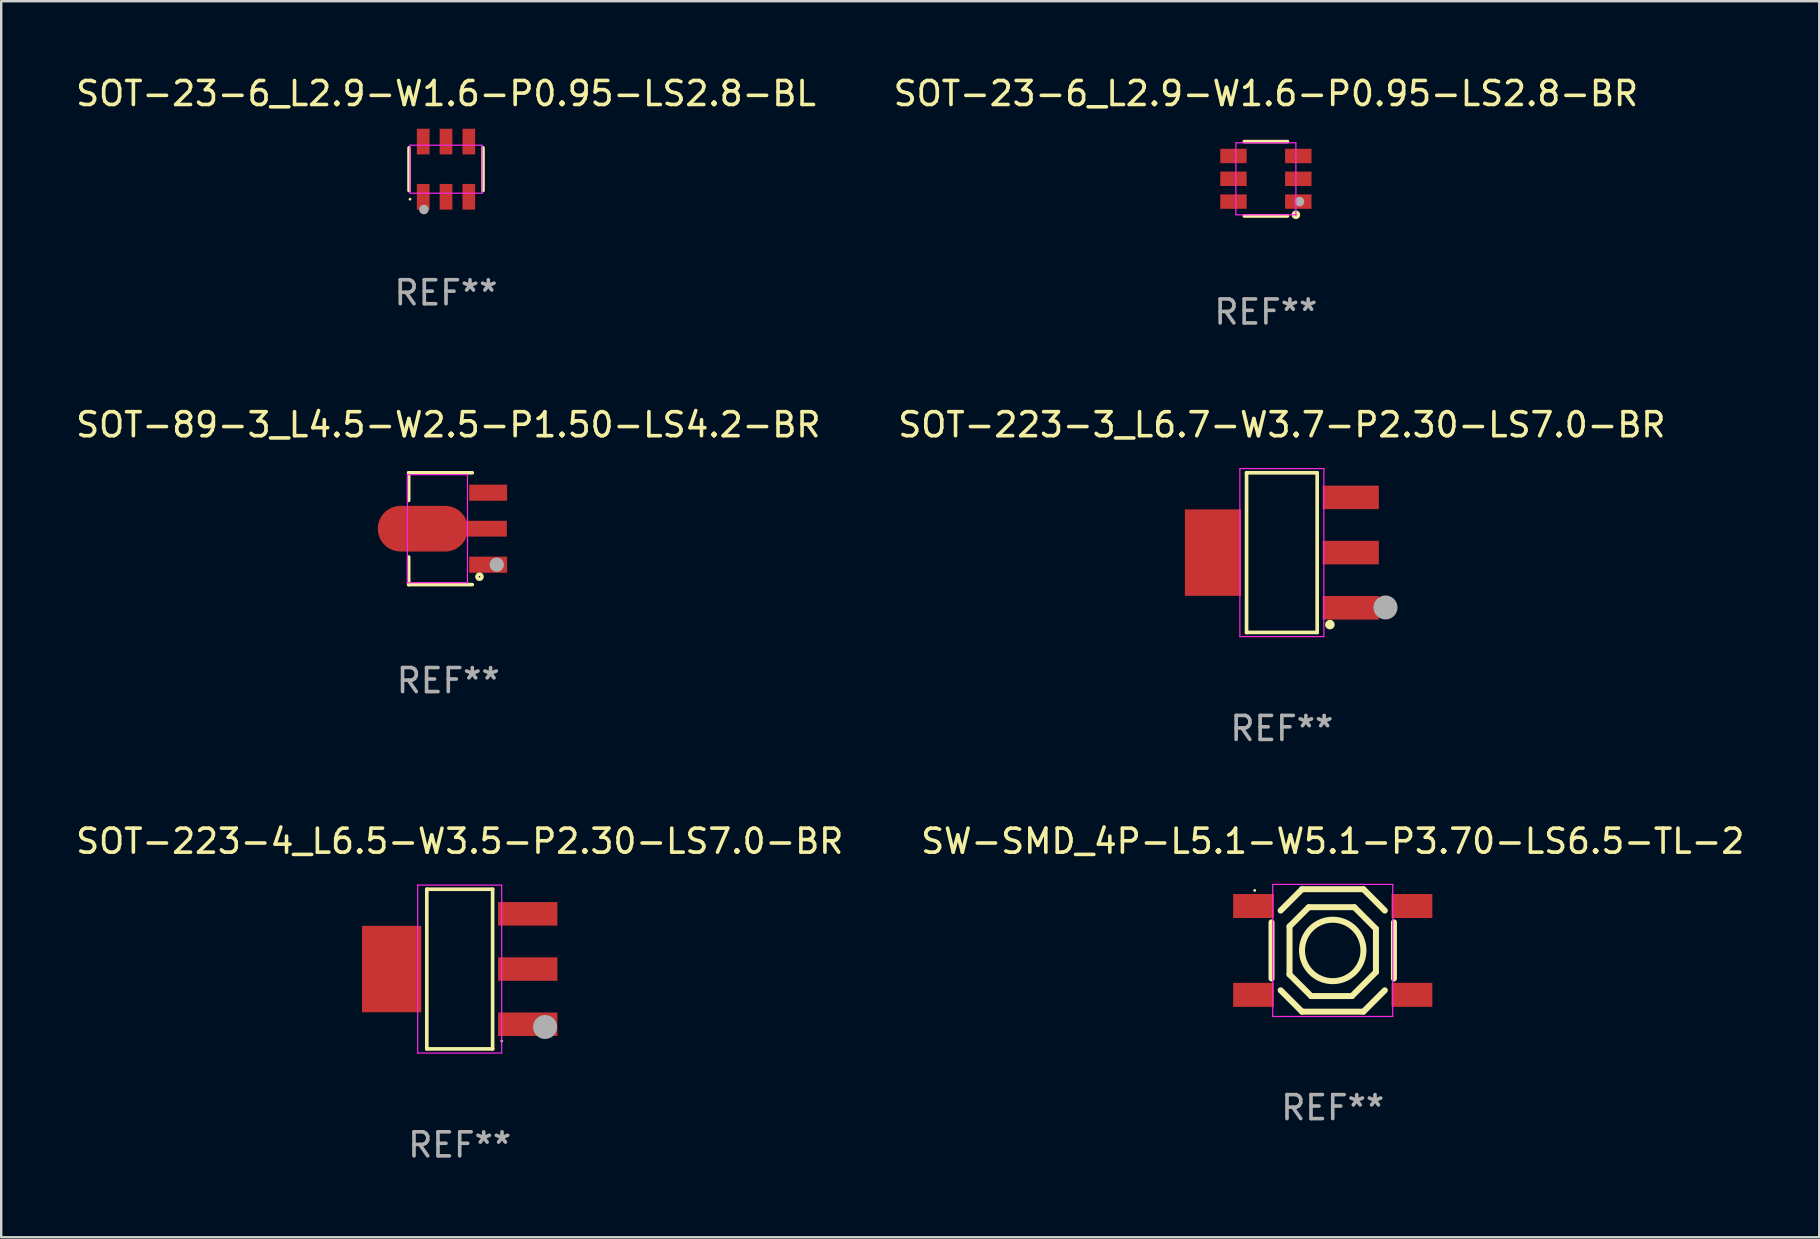
<source format=kicad_pcb>
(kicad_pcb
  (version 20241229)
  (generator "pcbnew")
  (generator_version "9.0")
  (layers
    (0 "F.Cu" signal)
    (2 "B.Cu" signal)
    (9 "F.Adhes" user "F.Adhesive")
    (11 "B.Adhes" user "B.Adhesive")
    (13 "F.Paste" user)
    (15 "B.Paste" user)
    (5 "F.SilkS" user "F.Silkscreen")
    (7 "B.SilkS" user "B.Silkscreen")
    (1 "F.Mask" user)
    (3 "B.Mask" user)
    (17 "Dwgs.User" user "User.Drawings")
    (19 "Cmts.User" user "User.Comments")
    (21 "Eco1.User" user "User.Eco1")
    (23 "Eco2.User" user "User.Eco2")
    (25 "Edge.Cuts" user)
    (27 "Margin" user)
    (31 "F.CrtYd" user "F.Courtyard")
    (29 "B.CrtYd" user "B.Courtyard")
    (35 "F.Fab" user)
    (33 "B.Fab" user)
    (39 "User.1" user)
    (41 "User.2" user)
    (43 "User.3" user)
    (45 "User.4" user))
  (footprint "SW-SMD_4P-L5.1-W5.1-P3.70-LS6.5-TL-2"
    (layer "F.Cu")
    (at 52.47 36.544)
    (property "Reference" "SW-SMD_4P-L5.1-W5.1-P3.70-LS6.5-TL-2" (at 0 -4.55 0) (layer "F.SilkS") (effects (font (size 1 1) (thickness 0.15))))
    (attr smd)
    (fp_line (start -2.55 -1.17) (end -2.55 1.17) (stroke (width 0.25) (type solid)) (layer "F.SilkS"))
    (fp_line (start -2.17 1.66) (end -1.28 2.55) (stroke (width 0.25) (type solid)) (layer "F.SilkS"))
    (fp_line (start -1.8 -1) (end -1 -1.8) (stroke (width 0.25) (type solid)) (layer "F.SilkS"))
    (fp_line (start -1.8 1) (end -1.8 -1) (stroke (width 0.25) (type solid)) (layer "F.SilkS"))
    (fp_line (start -1.28 -2.55) (end -2.17 -1.66) (stroke (width 0.25) (type solid)) (layer "F.SilkS"))
    (fp_line (start -1.28 -2.55) (end 1.28 -2.55) (stroke (width 0.25) (type solid)) (layer "F.SilkS"))
    (fp_line (start -1.28 2.55) (end 1.28 2.55) (stroke (width 0.25) (type solid)) (layer "F.SilkS"))
    (fp_line (start -1 -1.8) (end 0.9 -1.8) (stroke (width 0.25) (type solid)) (layer "F.SilkS"))
    (fp_line (start -0.9 1.9) (end -1.8 1) (stroke (width 0.25) (type solid)) (layer "F.SilkS"))
    (fp_line (start 0.8 1.9) (end -0.9 1.9) (stroke (width 0.25) (type solid)) (layer "F.SilkS"))
    (fp_line (start 0.9 -1.8) (end 1.8 -0.9) (stroke (width 0.25) (type solid)) (layer "F.SilkS"))
    (fp_line (start 1.28 -2.55) (end 2.17 -1.66) (stroke (width 0.25) (type solid)) (layer "F.SilkS"))
    (fp_line (start 1.8 -0.9) (end 1.8 0.9) (stroke (width 0.25) (type solid)) (layer "F.SilkS"))
    (fp_line (start 1.8 0.9) (end 0.8 1.9) (stroke (width 0.25) (type solid)) (layer "F.SilkS"))
    (fp_line (start 2.17 1.66) (end 1.28 2.55) (stroke (width 0.25) (type solid)) (layer "F.SilkS"))
    (fp_line (start 2.55 -1.17) (end 2.55 1.17) (stroke (width 0.25) (type solid)) (layer "F.SilkS"))
    (fp_circle (center -3.25 -2.5) (end -3.22 -2.5) (stroke (width 0.06) (type solid)) (fill no) (layer "F.SilkS"))
    (fp_circle (center 0 0) (end 1.28 0) (stroke (width 0.25) (type solid)) (fill no) (layer "F.SilkS"))
    (fp_line (start -2.5 -2.75) (end 2.5 -2.75) (stroke (width 0.05) (type default)) (layer "F.CrtYd"))
    (fp_line (start -2.5 2.75) (end -2.5 -2.75) (stroke (width 0.05) (type default)) (layer "F.CrtYd"))
    (fp_line (start 2.5 -2.75) (end 2.5 2.75) (stroke (width 0.05) (type default)) (layer "F.CrtYd"))
    (fp_line (start 2.5 2.75) (end -2.5 2.75) (stroke (width 0.05) (type default)) (layer "F.CrtYd"))
    (fp_text user "REF**" (at 0 6.55 0) (layer "F.Fab") (effects (font (size 1 1) (thickness 0.15))))
    (pad "1" smd rect (at -3.3 -1.85) (size 1.7 1) (layers "F.Cu" "F.Mask" "F.Paste"))
    (pad "2" smd rect (at 3.3 -1.85) (size 1.7 1) (layers "F.Cu" "F.Mask" "F.Paste"))
    (pad "3" smd rect (at -3.3 1.85) (size 1.7 1) (layers "F.Cu" "F.Mask" "F.Paste"))
    (pad "4" smd rect (at 3.3 1.85) (size 1.7 1) (layers "F.Cu" "F.Mask" "F.Paste")))
  (footprint "SOT-23-6_L2.9-W1.6-P0.95-LS2.8-BR"
    (layer "F.Cu")
    (at 49.685 4.398)
    (property "Reference" "SOT-23-6_L2.9-W1.6-P0.95-LS2.8-BR" (at 0 -3.55 0) (layer "F.SilkS") (effects (font (size 1 1) (thickness 0.15))))
    (attr smd)
    (fp_line (start -0.9 -1.55) (end 0.9 -1.55) (stroke (width 0.15) (type solid)) (layer "F.SilkS"))
    (fp_line (start -0.9 1.55) (end 0.9 1.55) (stroke (width 0.15) (type solid)) (layer "F.SilkS"))
    (fp_circle (center 1.25 1.5) (end 1.28 1.5) (stroke (width 0.15) (type solid)) (fill no) (layer "F.SilkS"))
    (fp_line (start -1.25 -1.5) (end 1.25 -1.5) (stroke (width 0.05) (type default)) (layer "F.CrtYd"))
    (fp_line (start -1.25 1.5) (end -1.25 -1.5) (stroke (width 0.05) (type default)) (layer "F.CrtYd"))
    (fp_line (start 1.25 -1.5) (end 1.25 1.5) (stroke (width 0.05) (type default)) (layer "F.CrtYd"))
    (fp_line (start 1.25 1.5) (end -1.25 1.5) (stroke (width 0.05) (type default)) (layer "F.CrtYd"))
    (fp_circle (center 1.4 0.95) (end 1.5 0.95) (stroke (width 0.2) (type solid)) (fill no) (layer "F.Fab"))
    (fp_text user "REF**" (at 0 5.55 0) (layer "F.Fab") (effects (font (size 1 1) (thickness 0.15))))
    (pad "1" smd rect (at 1.35 0.95) (size 1.1 0.6) (layers "F.Cu" "F.Mask" "F.Paste"))
    (pad "2" smd rect (at 1.35 0) (size 1.1 0.6) (layers "F.Cu" "F.Mask" "F.Paste"))
    (pad "3" smd rect (at 1.35 -0.95) (size 1.1 0.6) (layers "F.Cu" "F.Mask" "F.Paste"))
    (pad "4" smd rect (at -1.35 -0.95) (size 1.1 0.6) (layers "F.Cu" "F.Mask" "F.Paste"))
    (pad "5" smd rect (at -1.35 0) (size 1.1 0.6) (layers "F.Cu" "F.Mask" "F.Paste"))
    (pad "6" smd rect (at -1.35 0.95) (size 1.1 0.6) (layers "F.Cu" "F.Mask" "F.Paste")))
  (footprint "SOT-23-6_L2.9-W1.6-P0.95-LS2.8-BL"
    (layer "F.Cu")
    (at 15.53 3.998)
    (property "Reference" "SOT-23-6_L2.9-W1.6-P0.95-LS2.8-BL" (at 0 -3.15 0) (layer "F.SilkS") (effects (font (size 1 1) (thickness 0.15))))
    (attr smd)
    (fp_line (start -1.54 0.89) (end -1.54 -0.89) (stroke (width 0.15) (type solid)) (layer "F.SilkS"))
    (fp_line (start 1.54 0.89) (end 1.54 -0.89) (stroke (width 0.15) (type solid)) (layer "F.SilkS"))
    (fp_circle (center -1.5 1.25) (end -1.47 1.25) (stroke (width 0.06) (type solid)) (fill no) (layer "F.SilkS"))
    (fp_line (start -1.5 -1) (end 1.5 -1) (stroke (width 0.05) (type default)) (layer "F.CrtYd"))
    (fp_line (start -1.5 1) (end -1.5 -1) (stroke (width 0.05) (type default)) (layer "F.CrtYd"))
    (fp_line (start 1.5 -1) (end 1.5 1) (stroke (width 0.05) (type default)) (layer "F.CrtYd"))
    (fp_line (start 1.5 1) (end -1.5 1) (stroke (width 0.05) (type default)) (layer "F.CrtYd"))
    (fp_circle (center -0.92 1.68) (end -0.82 1.68) (stroke (width 0.2) (type solid)) (fill no) (layer "F.Fab"))
    (fp_text user "REF**" (at 0 5.15 0) (layer "F.Fab") (effects (font (size 1 1) (thickness 0.15))))
    (pad "1" smd rect (at -0.95 1.15) (size 0.53 1.07) (layers "F.Cu" "F.Mask" "F.Paste"))
    (pad "2" smd rect (at 0 1.15) (size 0.53 1.07) (layers "F.Cu" "F.Mask" "F.Paste"))
    (pad "3" smd rect (at 0.95 1.15) (size 0.53 1.07) (layers "F.Cu" "F.Mask" "F.Paste"))
    (pad "4" smd rect (at 0.95 -1.15) (size 0.53 1.07) (layers "F.Cu" "F.Mask" "F.Paste"))
    (pad "5" smd rect (at 0 -1.15) (size 0.53 1.07) (layers "F.Cu" "F.Mask" "F.Paste"))
    (pad "6" smd rect (at -0.95 -1.15) (size 0.53 1.07) (layers "F.Cu" "F.Mask" "F.Paste")))
  (footprint "SOT-89-3_L4.5-W2.5-P1.50-LS4.2-BR"
    (layer "F.Cu")
    (at 15.925 18.975)
    (property "Reference" "SOT-89-3_L4.5-W2.5-P1.50-LS4.2-BR" (at -0.3 -4.33 0) (layer "F.SilkS") (effects (font (size 1 1) (thickness 0.15))))
    (attr smd)
    (fp_line (start -1.95 -2.33) (end -1.95 -1.18) (stroke (width 0.15) (type solid)) (layer "F.SilkS"))
    (fp_line (start -1.95 2.33) (end -1.95 1.18) (stroke (width 0.15) (type solid)) (layer "F.SilkS"))
    (fp_line (start 0.7 -2.33) (end -1.95 -2.33) (stroke (width 0.15) (type solid)) (layer "F.SilkS"))
    (fp_line (start 0.7 2.33) (end -1.95 2.33) (stroke (width 0.15) (type solid)) (layer "F.SilkS"))
    (fp_circle (center 1 2) (end 1.03 2) (stroke (width 0.15) (type solid)) (fill no) (layer "F.SilkS"))
    (fp_line (start -2 -2.25) (end -2 2.25) (stroke (width 0.05) (type default)) (layer "F.CrtYd"))
    (fp_line (start -2 2.25) (end 0.5 2.25) (stroke (width 0.05) (type default)) (layer "F.CrtYd"))
    (fp_line (start 0.5 -2.25) (end -2 -2.25) (stroke (width 0.05) (type default)) (layer "F.CrtYd"))
    (fp_line (start 0.5 2.25) (end 0.5 -2.25) (stroke (width 0.05) (type default)) (layer "F.CrtYd"))
    (fp_circle (center 1.72 1.5) (end 1.87 1.5) (stroke (width 0.3) (type solid)) (fill no) (layer "F.Fab"))
    (fp_text user "REF**" (at -0.3 6.33 0) (layer "F.Fab") (effects (font (size 1 1) (thickness 0.15))))
    (pad "1" smd rect (at 1.36 1.5) (size 1.58 0.67) (layers "F.Cu" "F.Mask" "F.Paste"))
    (pad "2" smd custom (at -1.36 0) (size 0.1 0.1) (layers "F.Cu" "F.Mask" "F.Paste") (options (anchor circle)) (primitives (gr_poly (pts (xy -0.927 -0.95) (xy 0.927 -0.95) (xy 0.972 -0.949) (xy 1.016 -0.946) (xy 1.06 -0.941) (xy 1.104 -0.933) (xy 1.148 -0.924) (xy 1.191 -0.913) (xy 1.233 -0.899) (xy 1.275 -0.884) (xy 1.316 -0.867) (xy 1.357 -0.847) (xy 1.396 -0.826) (xy 1.434 -0.803) (xy 1.471 -0.779) (xy 1.507 -0.753) (xy 1.542 -0.725) (xy 1.575 -0.695) (xy 1.607 -0.664) (xy 1.637 -0.631) (xy 1.666 -0.597) (xy 1.693 -0.562) (xy 1.719 -0.525) (xy 1.742 -0.488) (xy 1.764 -0.449) (xy 1.785 -0.409) (xy 1.803 -0.33) (xy 3.5 -0.33) (xy 3.5 0.33) (xy 1.803 0.33) (xy 1.785 0.409) (xy 1.764 0.449) (xy 1.742 0.488) (xy 1.719 0.526) (xy 1.693 0.562) (xy 1.666 0.597) (xy 1.637 0.631) (xy 1.607 0.664) (xy 1.575 0.695) (xy 1.542 0.725) (xy 1.507 0.753) (xy 1.471 0.779) (xy 1.434 0.804) (xy 1.396 0.826) (xy 1.357 0.848) (xy 1.316 0.867) (xy 1.275 0.884) (xy 1.233 0.899) (xy 1.191 0.913) (xy 1.148 0.924) (xy 1.104 0.933) (xy 1.06 0.941) (xy 1.016 0.946) (xy 0.972 0.949) (xy 0.927 0.95) (xy -0.927 0.95) (xy -0.972 0.949) (xy -1.016 0.946) (xy -1.06 0.941) (xy -1.104 0.933) (xy -1.148 0.924) (xy -1.191 0.913) (xy -1.233 0.899) (xy -1.275 0.884) (xy -1.316 0.867) (xy -1.356 0.848) (xy -1.396 0.826) (xy -1.434 0.804) (xy -1.471 0.779) (xy -1.507 0.753) (xy -1.541 0.725) (xy -1.575 0.695) (xy -1.607 0.664) (xy -1.637 0.631) (xy -1.666 0.597) (xy -1.693 0.562) (xy -1.718 0.526) (xy -1.742 0.488) (xy -1.764 0.449) (xy -1.784 0.409) (xy -1.803 0.369) (xy -1.819 0.327) (xy -1.833 0.285) (xy -1.846 0.242) (xy -1.856 0.199) (xy -1.864 0.155) (xy -1.87 0.111) (xy -1.875 0.067) (xy -1.877 0.022) (xy -1.877 -0.022) (xy -1.875 -0.067) (xy -1.87 -0.111) (xy -1.864 -0.155) (xy -1.856 -0.199) (xy -1.846 -0.242) (xy -1.833 -0.285) (xy -1.819 -0.327) (xy -1.803 -0.369) (xy -1.784 -0.409) (xy -1.764 -0.449) (xy -1.742 -0.488) (xy -1.718 -0.525) (xy -1.693 -0.562) (xy -1.666 -0.597) (xy -1.637 -0.631) (xy -1.607 -0.664) (xy -1.575 -0.695) (xy -1.541 -0.725) (xy -1.507 -0.753) (xy -1.471 -0.779) (xy -1.434 -0.803) (xy -1.396 -0.826) (xy -1.356 -0.847) (xy -1.316 -0.867) (xy -1.275 -0.884) (xy -1.233 -0.899) (xy -1.191 -0.913) (xy -1.148 -0.924) (xy -1.104 -0.933) (xy -1.06 -0.941) (xy -1.016 -0.946) (xy -0.972 -0.949) (xy -0.927 -0.95)) (width 0) (fill yes))))
    (pad "3" smd rect (at 1.36 -1.5) (size 1.58 0.67) (layers "F.Cu" "F.Mask" "F.Paste")))
  (footprint "SOT-223-3_L6.7-W3.7-P2.30-LS7.0-BR"
    (layer "F.Cu")
    (at 50.351 19.971)
    (property "Reference" "SOT-223-3_L6.7-W3.7-P2.30-LS7.0-BR" (at 0 -5.326 0) (layer "F.SilkS") (effects (font (size 1 1) (thickness 0.15))))
    (attr smd)
    (fp_line (start -1.471 -3.326) (end 1.471 -3.326) (stroke (width 0.152) (type solid)) (layer "F.SilkS"))
    (fp_line (start -1.471 3.326) (end -1.471 -3.326) (stroke (width 0.152) (type solid)) (layer "F.SilkS"))
    (fp_line (start 1.471 -3.326) (end 1.471 3.326) (stroke (width 0.152) (type solid)) (layer "F.SilkS"))
    (fp_line (start 1.471 3.326) (end -1.471 3.326) (stroke (width 0.152) (type solid)) (layer "F.SilkS"))
    (fp_circle (center 2 3) (end 2 3) (stroke (width 0.2) (type solid)) (fill no) (layer "F.SilkS"))
    (fp_line (start -1.75 -3.5) (end -1.75 3.5) (stroke (width 0.05) (type default)) (layer "F.CrtYd"))
    (fp_line (start -1.75 3.5) (end 1.75 3.5) (stroke (width 0.05) (type default)) (layer "F.CrtYd"))
    (fp_line (start 1.75 -3.5) (end -1.75 -3.5) (stroke (width 0.05) (type default)) (layer "F.CrtYd"))
    (fp_line (start 1.75 3.5) (end 1.75 -3.5) (stroke (width 0.05) (type default)) (layer "F.CrtYd"))
    (fp_circle (center 4.318 2.286) (end 4.568 2.286) (stroke (width 0.5) (type solid)) (fill no) (layer "F.Fab"))
    (fp_text user "REF**" (at 0 7.326 0) (layer "F.Fab") (effects (font (size 1 1) (thickness 0.15))))
    (pad "1" smd rect (at 2.87 2.3) (size 2.34 0.98) (layers "F.Cu" "F.Mask" "F.Paste"))
    (pad "2" smd rect (at 2.87 0) (size 2.34 0.98) (layers "F.Cu" "F.Mask" "F.Paste"))
    (pad "3" smd rect (at 2.87 -2.3) (size 2.34 0.98) (layers "F.Cu" "F.Mask" "F.Paste"))
    (pad "4" smd rect (at -2.87 0) (size 2.34 3.6) (layers "F.Cu" "F.Mask" "F.Paste")))
  (footprint "SOT-223-4_L6.5-W3.5-P2.30-LS7.0-BR"
    (layer "F.Cu")
    (at 16.101 37.32)
    (property "Reference" "SOT-223-4_L6.5-W3.5-P2.30-LS7.0-BR" (at 0 -5.326 0) (layer "F.SilkS") (effects (font (size 1 1) (thickness 0.15))))
    (attr smd)
    (fp_line (start -1.371 -3.326) (end 1.371 -3.326) (stroke (width 0.152) (type solid)) (layer "F.SilkS"))
    (fp_line (start -1.371 3.326) (end -1.371 -3.326) (stroke (width 0.152) (type solid)) (layer "F.SilkS"))
    (fp_line (start 1.371 -3.326) (end 1.371 3.326) (stroke (width 0.152) (type solid)) (layer "F.SilkS"))
    (fp_line (start 1.371 3.326) (end -1.371 3.326) (stroke (width 0.152) (type solid)) (layer "F.SilkS"))
    (fp_circle (center 1.75 3) (end 1.78 3) (stroke (width 0.06) (type solid)) (fill no) (layer "F.SilkS"))
    (fp_line (start -1.75 -3.5) (end -1.75 3.5) (stroke (width 0.05) (type default)) (layer "F.CrtYd"))
    (fp_line (start -1.75 3.5) (end 1.75 3.5) (stroke (width 0.05) (type default)) (layer "F.CrtYd"))
    (fp_line (start 1.75 -3.5) (end -1.75 -3.5) (stroke (width 0.05) (type default)) (layer "F.CrtYd"))
    (fp_line (start 1.75 3.5) (end 1.75 -3.5) (stroke (width 0.05) (type default)) (layer "F.CrtYd"))
    (fp_circle (center 3.556 2.413) (end 3.806 2.413) (stroke (width 0.5) (type solid)) (fill no) (layer "F.Fab"))
    (fp_text user "REF**" (at 0 7.326 0) (layer "F.Fab") (effects (font (size 1 1) (thickness 0.15))))
    (pad "1" smd rect (at 2.835 2.3) (size 2.47 0.98) (layers "F.Cu" "F.Mask" "F.Paste"))
    (pad "2" smd rect (at 2.835 0) (size 2.47 0.98) (layers "F.Cu" "F.Mask" "F.Paste"))
    (pad "3" smd rect (at 2.835 -2.3) (size 2.47 0.98) (layers "F.Cu" "F.Mask" "F.Paste"))
    (pad "4" smd rect (at -2.835 0) (size 2.47 3.6) (layers "F.Cu" "F.Mask" "F.Paste")))
  (gr_rect
    (start -3 -3)
    (end 72.738 48.494)
    (stroke (width 0.1) (type default))
    (fill no)
    (layer "Edge.Cuts")))
</source>
